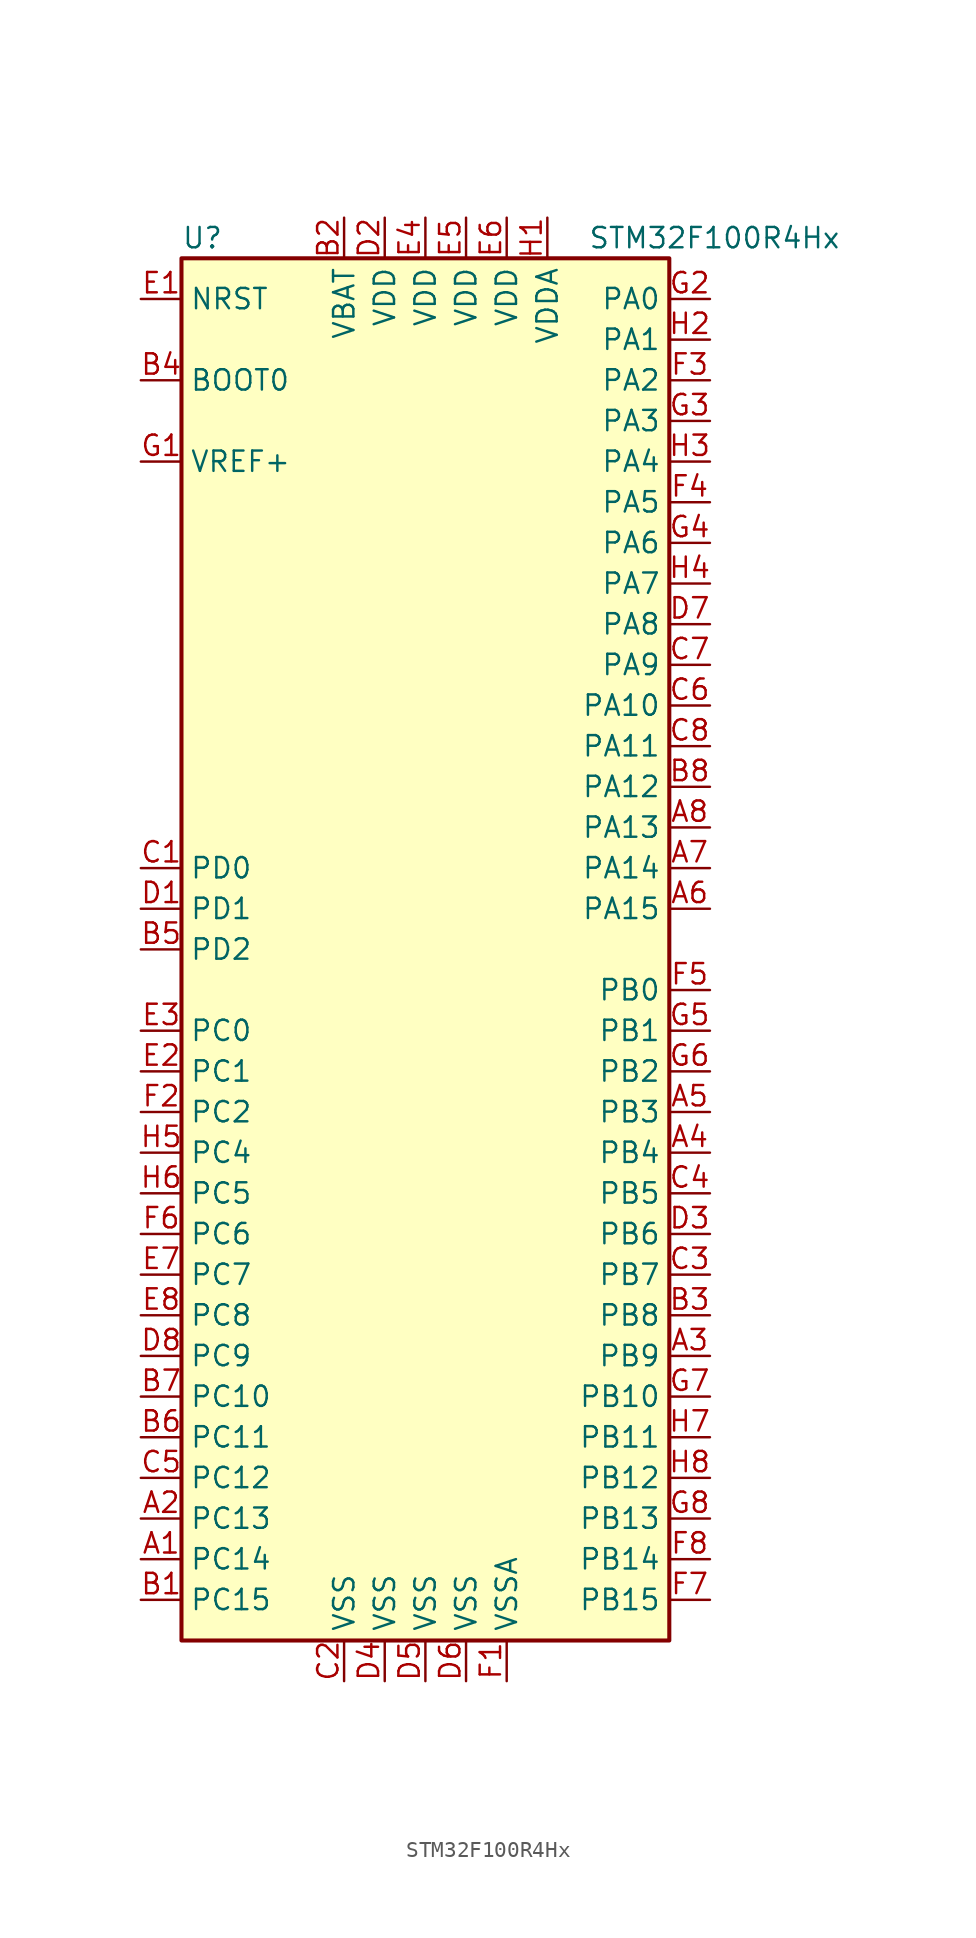
<source format=kicad_sym>
(kicad_symbol_lib
  (version 20201005)
  (generator kicad_symbol_editor)
  (symbol "STM32F100R4Hx"
    (property "Reference" "U"
      (at -15.24 44.45 0)
      (effects (font (size 1.27 1.27)) (justify left)))
    (property "Value" "STM32F100R4Hx"
      (at 10.16 44.45 0)
      (effects (font (size 1.27 1.27)) (justify left)))
    (symbol "STM32F100R4Hx_0_1"
      (rectangle (start -15.24 -43.18) (end 15.24 43.18) (stroke (width 0.254)) (fill (type background))))
    (symbol "STM32F100R4Hx_1_1"
      (pin input line (at -17.78 35.56 0) (length 2.54) (name "BOOT0" (effects (font (size 1.27 1.27)))) (number "B4" (effects (font (size 1.27 1.27)))))
      (pin input line (at -17.78 40.64 0) (length 2.54) (name "NRST" (effects (font (size 1.27 1.27)))) (number "E1" (effects (font (size 1.27 1.27)))))
      (pin bidirectional line (at 17.78 40.64 180) (length 2.54) (name "PA0" (effects (font (size 1.27 1.27)))) (number "G2" (effects (font (size 1.27 1.27)))))
      (pin bidirectional line (at 17.78 38.1 180) (length 2.54) (name "PA1" (effects (font (size 1.27 1.27)))) (number "H2" (effects (font (size 1.27 1.27)))))
      (pin bidirectional line (at 17.78 15.24 180) (length 2.54) (name "PA10" (effects (font (size 1.27 1.27)))) (number "C6" (effects (font (size 1.27 1.27)))))
      (pin bidirectional line (at 17.78 12.7 180) (length 2.54) (name "PA11" (effects (font (size 1.27 1.27)))) (number "C8" (effects (font (size 1.27 1.27)))))
      (pin bidirectional line (at 17.78 10.16 180) (length 2.54) (name "PA12" (effects (font (size 1.27 1.27)))) (number "B8" (effects (font (size 1.27 1.27)))))
      (pin bidirectional line (at 17.78 7.62 180) (length 2.54) (name "PA13" (effects (font (size 1.27 1.27)))) (number "A8" (effects (font (size 1.27 1.27)))))
      (pin bidirectional line (at 17.78 5.08 180) (length 2.54) (name "PA14" (effects (font (size 1.27 1.27)))) (number "A7" (effects (font (size 1.27 1.27)))))
      (pin bidirectional line (at 17.78 2.54 180) (length 2.54) (name "PA15" (effects (font (size 1.27 1.27)))) (number "A6" (effects (font (size 1.27 1.27)))))
      (pin bidirectional line (at 17.78 35.56 180) (length 2.54) (name "PA2" (effects (font (size 1.27 1.27)))) (number "F3" (effects (font (size 1.27 1.27)))))
      (pin bidirectional line (at 17.78 33.02 180) (length 2.54) (name "PA3" (effects (font (size 1.27 1.27)))) (number "G3" (effects (font (size 1.27 1.27)))))
      (pin bidirectional line (at 17.78 30.48 180) (length 2.54) (name "PA4" (effects (font (size 1.27 1.27)))) (number "H3" (effects (font (size 1.27 1.27)))))
      (pin bidirectional line (at 17.78 27.94 180) (length 2.54) (name "PA5" (effects (font (size 1.27 1.27)))) (number "F4" (effects (font (size 1.27 1.27)))))
      (pin bidirectional line (at 17.78 25.4 180) (length 2.54) (name "PA6" (effects (font (size 1.27 1.27)))) (number "G4" (effects (font (size 1.27 1.27)))))
      (pin bidirectional line (at 17.78 22.86 180) (length 2.54) (name "PA7" (effects (font (size 1.27 1.27)))) (number "H4" (effects (font (size 1.27 1.27)))))
      (pin bidirectional line (at 17.78 20.32 180) (length 2.54) (name "PA8" (effects (font (size 1.27 1.27)))) (number "D7" (effects (font (size 1.27 1.27)))))
      (pin bidirectional line (at 17.78 17.78 180) (length 2.54) (name "PA9" (effects (font (size 1.27 1.27)))) (number "C7" (effects (font (size 1.27 1.27)))))
      (pin bidirectional line (at 17.78 -2.54 180) (length 2.54) (name "PB0" (effects (font (size 1.27 1.27)))) (number "F5" (effects (font (size 1.27 1.27)))))
      (pin bidirectional line (at 17.78 -5.08 180) (length 2.54) (name "PB1" (effects (font (size 1.27 1.27)))) (number "G5" (effects (font (size 1.27 1.27)))))
      (pin bidirectional line (at 17.78 -27.94 180) (length 2.54) (name "PB10" (effects (font (size 1.27 1.27)))) (number "G7" (effects (font (size 1.27 1.27)))))
      (pin bidirectional line (at 17.78 -30.48 180) (length 2.54) (name "PB11" (effects (font (size 1.27 1.27)))) (number "H7" (effects (font (size 1.27 1.27)))))
      (pin bidirectional line (at 17.78 -33.02 180) (length 2.54) (name "PB12" (effects (font (size 1.27 1.27)))) (number "H8" (effects (font (size 1.27 1.27)))))
      (pin bidirectional line (at 17.78 -35.56 180) (length 2.54) (name "PB13" (effects (font (size 1.27 1.27)))) (number "G8" (effects (font (size 1.27 1.27)))))
      (pin bidirectional line (at 17.78 -38.1 180) (length 2.54) (name "PB14" (effects (font (size 1.27 1.27)))) (number "F8" (effects (font (size 1.27 1.27)))))
      (pin bidirectional line (at 17.78 -40.64 180) (length 2.54) (name "PB15" (effects (font (size 1.27 1.27)))) (number "F7" (effects (font (size 1.27 1.27)))))
      (pin bidirectional line (at 17.78 -7.62 180) (length 2.54) (name "PB2" (effects (font (size 1.27 1.27)))) (number "G6" (effects (font (size 1.27 1.27)))))
      (pin bidirectional line (at 17.78 -10.16 180) (length 2.54) (name "PB3" (effects (font (size 1.27 1.27)))) (number "A5" (effects (font (size 1.27 1.27)))))
      (pin bidirectional line (at 17.78 -12.7 180) (length 2.54) (name "PB4" (effects (font (size 1.27 1.27)))) (number "A4" (effects (font (size 1.27 1.27)))))
      (pin bidirectional line (at 17.78 -15.24 180) (length 2.54) (name "PB5" (effects (font (size 1.27 1.27)))) (number "C4" (effects (font (size 1.27 1.27)))))
      (pin bidirectional line (at 17.78 -17.78 180) (length 2.54) (name "PB6" (effects (font (size 1.27 1.27)))) (number "D3" (effects (font (size 1.27 1.27)))))
      (pin bidirectional line (at 17.78 -20.32 180) (length 2.54) (name "PB7" (effects (font (size 1.27 1.27)))) (number "C3" (effects (font (size 1.27 1.27)))))
      (pin bidirectional line (at 17.78 -22.86 180) (length 2.54) (name "PB8" (effects (font (size 1.27 1.27)))) (number "B3" (effects (font (size 1.27 1.27)))))
      (pin bidirectional line (at 17.78 -25.4 180) (length 2.54) (name "PB9" (effects (font (size 1.27 1.27)))) (number "A3" (effects (font (size 1.27 1.27)))))
      (pin bidirectional line (at -17.78 -5.08 0) (length 2.54) (name "PC0" (effects (font (size 1.27 1.27)))) (number "E3" (effects (font (size 1.27 1.27)))))
      (pin bidirectional line (at -17.78 -7.62 0) (length 2.54) (name "PC1" (effects (font (size 1.27 1.27)))) (number "E2" (effects (font (size 1.27 1.27)))))
      (pin bidirectional line (at -17.78 -27.94 0) (length 2.54) (name "PC10" (effects (font (size 1.27 1.27)))) (number "B7" (effects (font (size 1.27 1.27)))))
      (pin bidirectional line (at -17.78 -30.48 0) (length 2.54) (name "PC11" (effects (font (size 1.27 1.27)))) (number "B6" (effects (font (size 1.27 1.27)))))
      (pin bidirectional line (at -17.78 -33.02 0) (length 2.54) (name "PC12" (effects (font (size 1.27 1.27)))) (number "C5" (effects (font (size 1.27 1.27)))))
      (pin bidirectional line (at -17.78 -35.56 0) (length 2.54) (name "PC13" (effects (font (size 1.27 1.27)))) (number "A2" (effects (font (size 1.27 1.27)))))
      (pin bidirectional line (at -17.78 -38.1 0) (length 2.54) (name "PC14" (effects (font (size 1.27 1.27)))) (number "A1" (effects (font (size 1.27 1.27)))))
      (pin bidirectional line (at -17.78 -40.64 0) (length 2.54) (name "PC15" (effects (font (size 1.27 1.27)))) (number "B1" (effects (font (size 1.27 1.27)))))
      (pin bidirectional line (at -17.78 -10.16 0) (length 2.54) (name "PC2" (effects (font (size 1.27 1.27)))) (number "F2" (effects (font (size 1.27 1.27)))))
      (pin bidirectional line (at -17.78 -12.7 0) (length 2.54) (name "PC4" (effects (font (size 1.27 1.27)))) (number "H5" (effects (font (size 1.27 1.27)))))
      (pin bidirectional line (at -17.78 -15.24 0) (length 2.54) (name "PC5" (effects (font (size 1.27 1.27)))) (number "H6" (effects (font (size 1.27 1.27)))))
      (pin bidirectional line (at -17.78 -17.78 0) (length 2.54) (name "PC6" (effects (font (size 1.27 1.27)))) (number "F6" (effects (font (size 1.27 1.27)))))
      (pin bidirectional line (at -17.78 -20.32 0) (length 2.54) (name "PC7" (effects (font (size 1.27 1.27)))) (number "E7" (effects (font (size 1.27 1.27)))))
      (pin bidirectional line (at -17.78 -22.86 0) (length 2.54) (name "PC8" (effects (font (size 1.27 1.27)))) (number "E8" (effects (font (size 1.27 1.27)))))
      (pin bidirectional line (at -17.78 -25.4 0) (length 2.54) (name "PC9" (effects (font (size 1.27 1.27)))) (number "D8" (effects (font (size 1.27 1.27)))))
      (pin input line (at -17.78 5.08 0) (length 2.54) (name "PD0" (effects (font (size 1.27 1.27)))) (number "C1" (effects (font (size 1.27 1.27)))))
      (pin input line (at -17.78 2.54 0) (length 2.54) (name "PD1" (effects (font (size 1.27 1.27)))) (number "D1" (effects (font (size 1.27 1.27)))))
      (pin bidirectional line (at -17.78 0 0) (length 2.54) (name "PD2" (effects (font (size 1.27 1.27)))) (number "B5" (effects (font (size 1.27 1.27)))))
      (pin power_in line (at -5.08 45.72 270) (length 2.54) (name "VBAT" (effects (font (size 1.27 1.27)))) (number "B2" (effects (font (size 1.27 1.27)))))
      (pin power_in line (at -2.54 45.72 270) (length 2.54) (name "VDD" (effects (font (size 1.27 1.27)))) (number "D2" (effects (font (size 1.27 1.27)))))
      (pin power_in line (at 0 45.72 270) (length 2.54) (name "VDD" (effects (font (size 1.27 1.27)))) (number "E4" (effects (font (size 1.27 1.27)))))
      (pin power_in line (at 2.54 45.72 270) (length 2.54) (name "VDD" (effects (font (size 1.27 1.27)))) (number "E5" (effects (font (size 1.27 1.27)))))
      (pin power_in line (at 5.08 45.72 270) (length 2.54) (name "VDD" (effects (font (size 1.27 1.27)))) (number "E6" (effects (font (size 1.27 1.27)))))
      (pin power_in line (at 7.62 45.72 270) (length 2.54) (name "VDDA" (effects (font (size 1.27 1.27)))) (number "H1" (effects (font (size 1.27 1.27)))))
      (pin power_in line (at -17.78 30.48 0) (length 2.54) (name "VREF+" (effects (font (size 1.27 1.27)))) (number "G1" (effects (font (size 1.27 1.27)))))
      (pin power_in line (at -5.08 -45.72 90) (length 2.54) (name "VSS" (effects (font (size 1.27 1.27)))) (number "C2" (effects (font (size 1.27 1.27)))))
      (pin power_in line (at -2.54 -45.72 90) (length 2.54) (name "VSS" (effects (font (size 1.27 1.27)))) (number "D4" (effects (font (size 1.27 1.27)))))
      (pin power_in line (at 0 -45.72 90) (length 2.54) (name "VSS" (effects (font (size 1.27 1.27)))) (number "D5" (effects (font (size 1.27 1.27)))))
      (pin power_in line (at 2.54 -45.72 90) (length 2.54) (name "VSS" (effects (font (size 1.27 1.27)))) (number "D6" (effects (font (size 1.27 1.27)))))
      (pin power_in line (at 5.08 -45.72 90) (length 2.54) (name "VSSA" (effects (font (size 1.27 1.27)))) (number "F1" (effects (font (size 1.27 1.27))))))))
</source>
